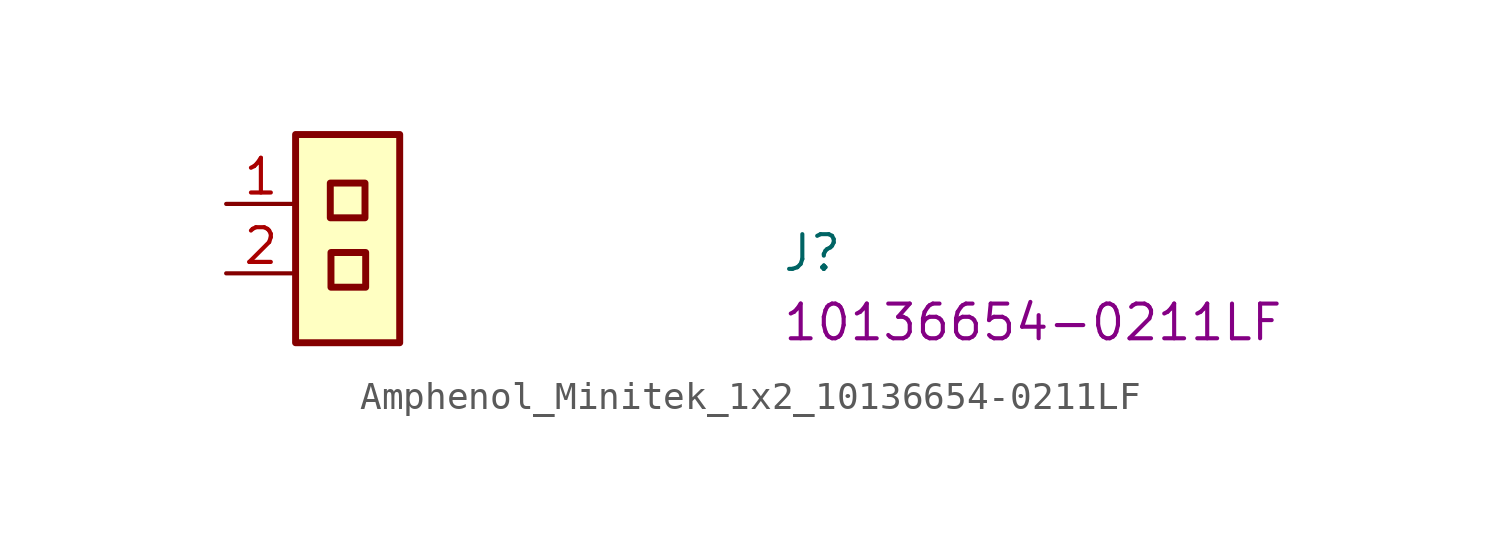
<source format=kicad_sym>
(kicad_symbol_lib
  (version 20220914)
  (generator kicad_symbol_editor)
  (symbol "Amphenol_Minitek_1x2_10136654-0211LF"
    (property "Reference" "J"
      (at 20.32 -2.54 0)
      (effects (font (size 1.27 1.27) (thickness 0.15)) (justify left bottom)))
    (property "MPN" "10136654-0211LF"
      (at 20.32 -5.08 0)
      (effects (font (size 1.27 1.27) (thickness 0.15)) (justify left bottom)))
    (symbol "Amphenol_Minitek_1x2_10136654-0211LF_1_1"
      (rectangle (start 2.54 2.54) (end 6.35 -5.08) (stroke (width 0.254) (type default)) (fill (type background)))
      (rectangle (start 3.81 0.762) (end 5.08 -0.508) (stroke (width 0.254) (type default)) (fill (type background)))
      (rectangle (start 3.835 -3.048) (end 5.105 -1.778) (stroke (width 0.254) (type default)) (fill (type background)))
      (pin input line (at 0 0 0) (length 2.54) (name "~" (effects (font (size 1.27 1.27)))) (number "1" (effects (font (size 1.27 1.27)))))
      (pin input line (at 0 -2.54 0) (length 2.54) (name "~" (effects (font (size 1.27 1.27)))) (number "2" (effects (font (size 1.27 1.27))))))))
</source>
